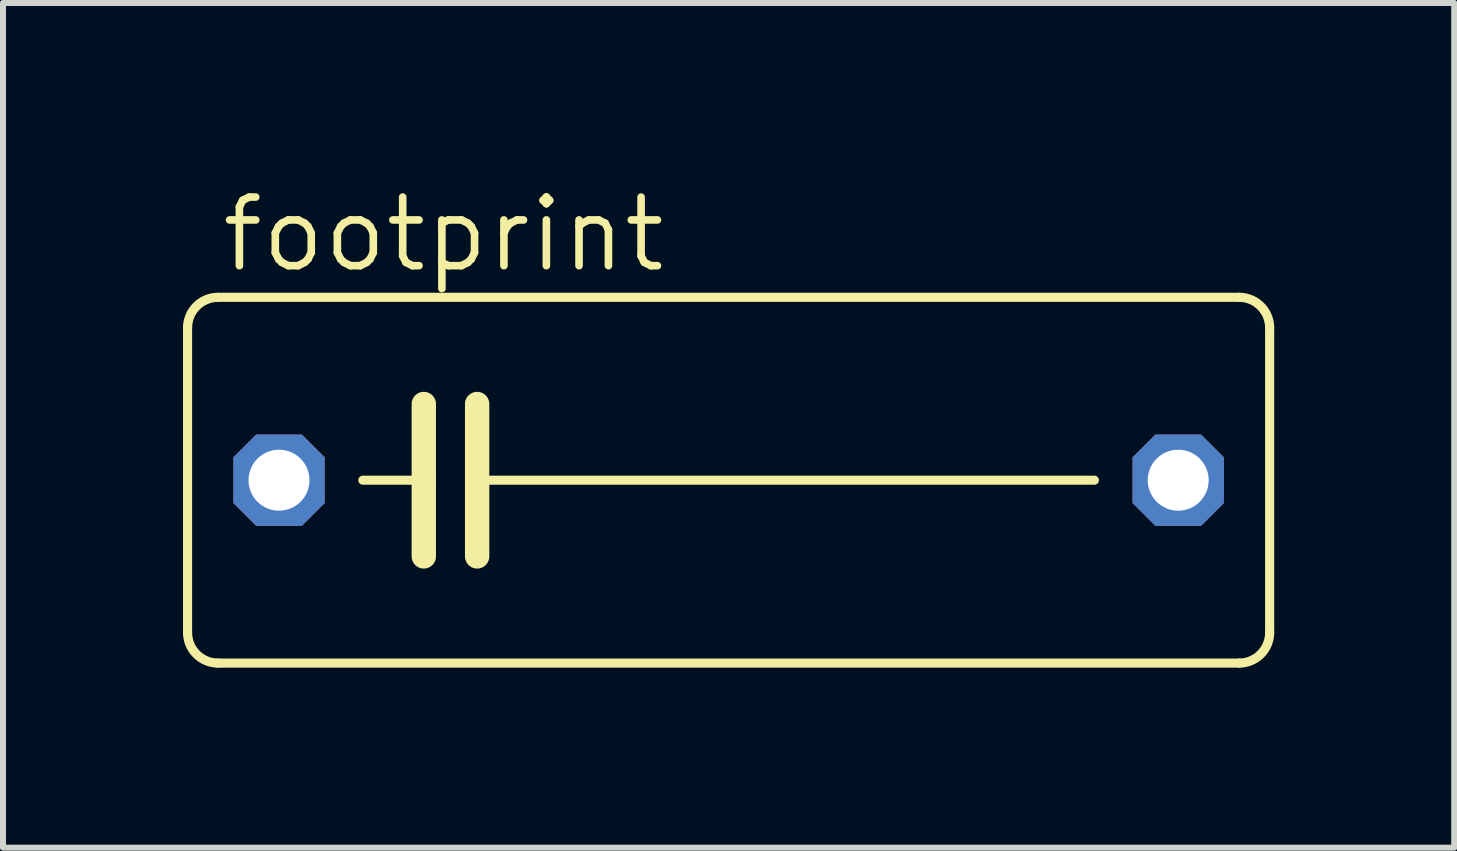
<source format=kicad_pcb>
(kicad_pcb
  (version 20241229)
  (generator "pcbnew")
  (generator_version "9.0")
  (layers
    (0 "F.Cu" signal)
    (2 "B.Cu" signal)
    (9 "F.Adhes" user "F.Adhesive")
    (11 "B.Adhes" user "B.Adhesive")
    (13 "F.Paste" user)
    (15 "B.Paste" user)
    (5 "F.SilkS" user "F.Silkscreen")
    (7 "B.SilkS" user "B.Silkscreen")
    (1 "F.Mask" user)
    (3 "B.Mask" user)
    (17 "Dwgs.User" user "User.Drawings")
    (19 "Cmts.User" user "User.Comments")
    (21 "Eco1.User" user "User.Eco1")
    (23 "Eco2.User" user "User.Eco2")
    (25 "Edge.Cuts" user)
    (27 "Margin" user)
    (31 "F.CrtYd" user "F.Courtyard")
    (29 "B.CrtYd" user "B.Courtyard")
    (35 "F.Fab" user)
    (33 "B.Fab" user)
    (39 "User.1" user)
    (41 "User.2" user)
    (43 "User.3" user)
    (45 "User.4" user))
  (footprint "footprint"
    (layer "F.Cu")
    (at 9.093 4.953)
    (property "Reference" "footprint" (at -8.509 -3.429 0) (layer "F.SilkS") (effects (font (size 1.143 1.143) (thickness 0.127)) (justify left bottom)))
    (fp_line (start -9.017 2.54) (end -9.017 -2.54) (stroke (width 0.152) (type solid)) (layer "F.SilkS"))
    (fp_line (start -8.509 -3.048) (end 8.509 -3.048) (stroke (width 0.152) (type solid)) (layer "F.SilkS"))
    (fp_line (start -5.08 -1.27) (end -5.08 0) (stroke (width 0.406) (type solid)) (layer "F.SilkS"))
    (fp_line (start -5.08 0) (end -6.096 0) (stroke (width 0.152) (type solid)) (layer "F.SilkS"))
    (fp_line (start -5.08 0) (end -5.08 1.27) (stroke (width 0.406) (type solid)) (layer "F.SilkS"))
    (fp_line (start -4.191 -1.27) (end -4.191 0) (stroke (width 0.406) (type solid)) (layer "F.SilkS"))
    (fp_line (start -4.191 0) (end -4.191 1.27) (stroke (width 0.406) (type solid)) (layer "F.SilkS"))
    (fp_line (start -4.191 0) (end 6.096 0) (stroke (width 0.152) (type solid)) (layer "F.SilkS"))
    (fp_line (start 8.509 3.048) (end -8.509 3.048) (stroke (width 0.152) (type solid)) (layer "F.SilkS"))
    (fp_line (start 9.017 -2.54) (end 9.017 2.54) (stroke (width 0.152) (type solid)) (layer "F.SilkS"))
    (fp_arc (start -9.017 -2.54) (mid -8.86821 -2.89921) (end -8.509 -3.048) (stroke (width 0.1524) (type solid)) (layer "F.SilkS"))
    (fp_arc (start -8.509 3.048) (mid -8.86821 2.89921) (end -9.017 2.54) (stroke (width 0.1524) (type solid)) (layer "F.SilkS"))
    (fp_arc (start 8.509 -3.048) (mid 8.86821 -2.89921) (end 9.017 -2.54) (stroke (width 0.1524) (type solid)) (layer "F.SilkS"))
    (fp_arc (start 9.017 2.54) (mid 8.86821 2.89921) (end 8.509 3.048) (stroke (width 0.1524) (type solid)) (layer "F.SilkS"))
    (pad "1" thru_hole roundrect (at -7.493 0) (size 1.524 1.524) (drill 1.016) (layers "*.Cu" "*.Mask") (roundrect_rratio 0.25) (chamfer_ratio 0.25) (chamfer top_left top_right bottom_left bottom_right))
    (pad "2" thru_hole roundrect (at 7.493 0) (size 1.524 1.524) (drill 1.016) (layers "*.Cu" "*.Mask") (roundrect_rratio 0.25) (chamfer_ratio 0.25) (chamfer top_left top_right bottom_left bottom_right)))
  (gr_rect
    (start -3 -3)
    (end 21.186 11.077)
    (stroke (width 0.1) (type default))
    (fill no)
    (layer "Edge.Cuts")))
</source>
